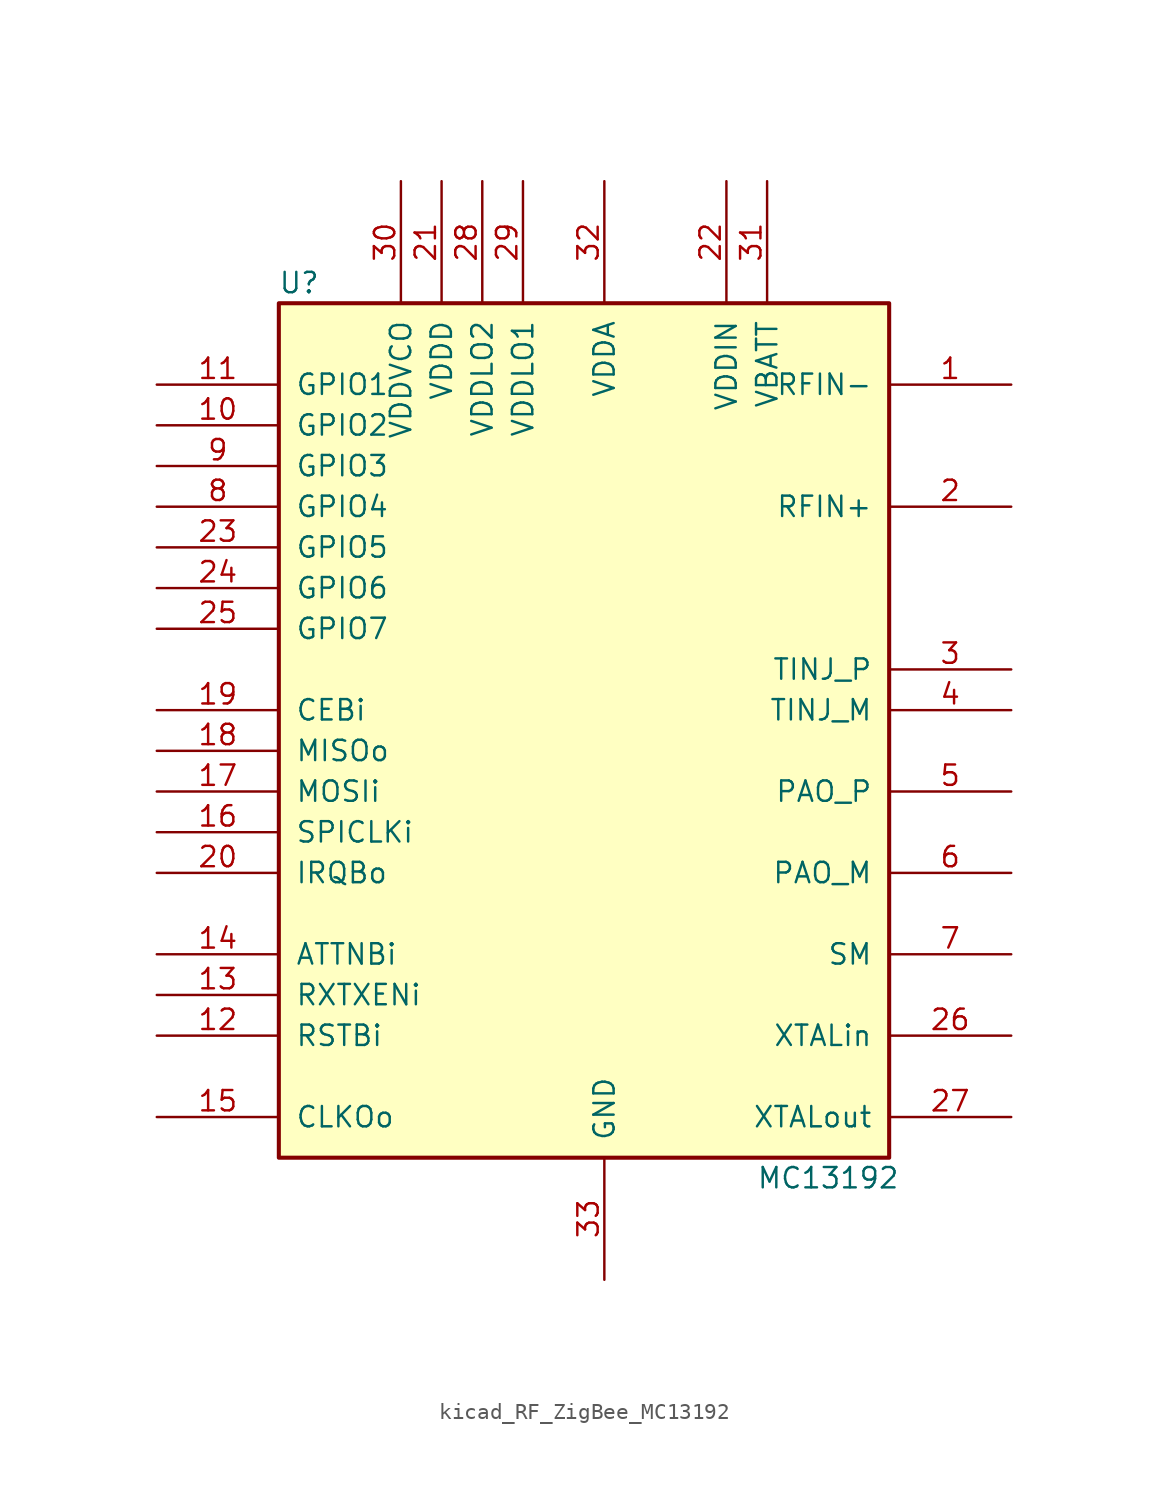
<source format=kicad_sym>
(kicad_symbol_lib
  (version 20220914)
  (generator kicad_symbol_editor)
  (symbol "kicad_RF_ZigBee_MC13192"
    (pin_names
      (offset 1.016))
    (property "Reference" "U"
      (at -19.05 26.67 0)
      (effects (font (size 1.27 1.27))))
    (property "Value" "MC13192"
      (at 13.97 -29.21 0)
      (effects (font (size 1.27 1.27))))
    (symbol "kicad_RF_ZigBee_MC13192_0_1"
      (rectangle (start -20.32 25.4) (end 17.78 -27.94) (stroke (width 0.254) (type default)) (fill (type background))))
    (symbol "kicad_RF_ZigBee_MC13192_1_1"
      (pin input line (at 25.4 20.32 180) (length 7.62) (name "RFIN-" (effects (font (size 1.27 1.27)))) (number "1" (effects (font (size 1.27 1.27)))))
      (pin bidirectional line (at -27.94 17.78 0) (length 7.62) (name "GPIO2" (effects (font (size 1.27 1.27)))) (number "10" (effects (font (size 1.27 1.27)))))
      (pin bidirectional line (at -27.94 20.32 0) (length 7.62) (name "GPIO1" (effects (font (size 1.27 1.27)))) (number "11" (effects (font (size 1.27 1.27)))))
      (pin input line (at -27.94 -20.32 0) (length 7.62) (name "RSTBi" (effects (font (size 1.27 1.27)))) (number "12" (effects (font (size 1.27 1.27)))))
      (pin input line (at -27.94 -17.78 0) (length 7.62) (name "RXTXENi" (effects (font (size 1.27 1.27)))) (number "13" (effects (font (size 1.27 1.27)))))
      (pin input line (at -27.94 -15.24 0) (length 7.62) (name "ATTNBi" (effects (font (size 1.27 1.27)))) (number "14" (effects (font (size 1.27 1.27)))))
      (pin output line (at -27.94 -25.4 0) (length 7.62) (name "CLKOo" (effects (font (size 1.27 1.27)))) (number "15" (effects (font (size 1.27 1.27)))))
      (pin input line (at -27.94 -7.62 0) (length 7.62) (name "SPICLKi" (effects (font (size 1.27 1.27)))) (number "16" (effects (font (size 1.27 1.27)))))
      (pin input line (at -27.94 -5.08 0) (length 7.62) (name "MOSIi" (effects (font (size 1.27 1.27)))) (number "17" (effects (font (size 1.27 1.27)))))
      (pin tri_state line (at -27.94 -2.54 0) (length 7.62) (name "MISOo" (effects (font (size 1.27 1.27)))) (number "18" (effects (font (size 1.27 1.27)))))
      (pin input line (at -27.94 0 0) (length 7.62) (name "CEBi" (effects (font (size 1.27 1.27)))) (number "19" (effects (font (size 1.27 1.27)))))
      (pin input line (at 25.4 12.7 180) (length 7.62) (name "RFIN+" (effects (font (size 1.27 1.27)))) (number "2" (effects (font (size 1.27 1.27)))))
      (pin open_collector line (at -27.94 -10.16 0) (length 7.62) (name "IRQBo" (effects (font (size 1.27 1.27)))) (number "20" (effects (font (size 1.27 1.27)))))
      (pin power_out line (at -10.16 33.02 270) (length 7.62) (name "VDDD" (effects (font (size 1.27 1.27)))) (number "21" (effects (font (size 1.27 1.27)))))
      (pin power_in line (at 7.62 33.02 270) (length 7.62) (name "VDDIN" (effects (font (size 1.27 1.27)))) (number "22" (effects (font (size 1.27 1.27)))))
      (pin bidirectional line (at -27.94 10.16 0) (length 7.62) (name "GPIO5" (effects (font (size 1.27 1.27)))) (number "23" (effects (font (size 1.27 1.27)))))
      (pin bidirectional line (at -27.94 7.62 0) (length 7.62) (name "GPIO6" (effects (font (size 1.27 1.27)))) (number "24" (effects (font (size 1.27 1.27)))))
      (pin bidirectional line (at -27.94 5.08 0) (length 7.62) (name "GPIO7" (effects (font (size 1.27 1.27)))) (number "25" (effects (font (size 1.27 1.27)))))
      (pin input line (at 25.4 -20.32 180) (length 7.62) (name "XTALin" (effects (font (size 1.27 1.27)))) (number "26" (effects (font (size 1.27 1.27)))))
      (pin output line (at 25.4 -25.4 180) (length 7.62) (name "XTALout" (effects (font (size 1.27 1.27)))) (number "27" (effects (font (size 1.27 1.27)))))
      (pin power_in line (at -7.62 33.02 270) (length 7.62) (name "VDDLO2" (effects (font (size 1.27 1.27)))) (number "28" (effects (font (size 1.27 1.27)))))
      (pin power_in line (at -5.08 33.02 270) (length 7.62) (name "VDDLO1" (effects (font (size 1.27 1.27)))) (number "29" (effects (font (size 1.27 1.27)))))
      (pin input line (at 25.4 2.54 180) (length 7.62) (name "TINJ_P" (effects (font (size 1.27 1.27)))) (number "3" (effects (font (size 1.27 1.27)))))
      (pin power_out line (at -12.7 33.02 270) (length 7.62) (name "VDDVCO" (effects (font (size 1.27 1.27)))) (number "30" (effects (font (size 1.27 1.27)))))
      (pin input line (at 10.16 33.02 270) (length 7.62) (name "VBATT" (effects (font (size 1.27 1.27)))) (number "31" (effects (font (size 1.27 1.27)))))
      (pin power_out line (at 0 33.02 270) (length 7.62) (name "VDDA" (effects (font (size 1.27 1.27)))) (number "32" (effects (font (size 1.27 1.27)))))
      (pin power_in line (at 0 -35.56 90) (length 7.62) (name "GND" (effects (font (size 1.27 1.27)))) (number "33" (effects (font (size 1.27 1.27)))))
      (pin input line (at 25.4 0 180) (length 7.62) (name "TINJ_M" (effects (font (size 1.27 1.27)))) (number "4" (effects (font (size 1.27 1.27)))))
      (pin open_collector line (at 25.4 -5.08 180) (length 7.62) (name "PAO_P" (effects (font (size 1.27 1.27)))) (number "5" (effects (font (size 1.27 1.27)))))
      (pin open_collector line (at 25.4 -10.16 180) (length 7.62) (name "PAO_M" (effects (font (size 1.27 1.27)))) (number "6" (effects (font (size 1.27 1.27)))))
      (pin input line (at 25.4 -15.24 180) (length 7.62) (name "SM" (effects (font (size 1.27 1.27)))) (number "7" (effects (font (size 1.27 1.27)))))
      (pin bidirectional line (at -27.94 12.7 0) (length 7.62) (name "GPIO4" (effects (font (size 1.27 1.27)))) (number "8" (effects (font (size 1.27 1.27)))))
      (pin bidirectional line (at -27.94 15.24 0) (length 7.62) (name "GPIO3" (effects (font (size 1.27 1.27)))) (number "9" (effects (font (size 1.27 1.27))))))))
</source>
